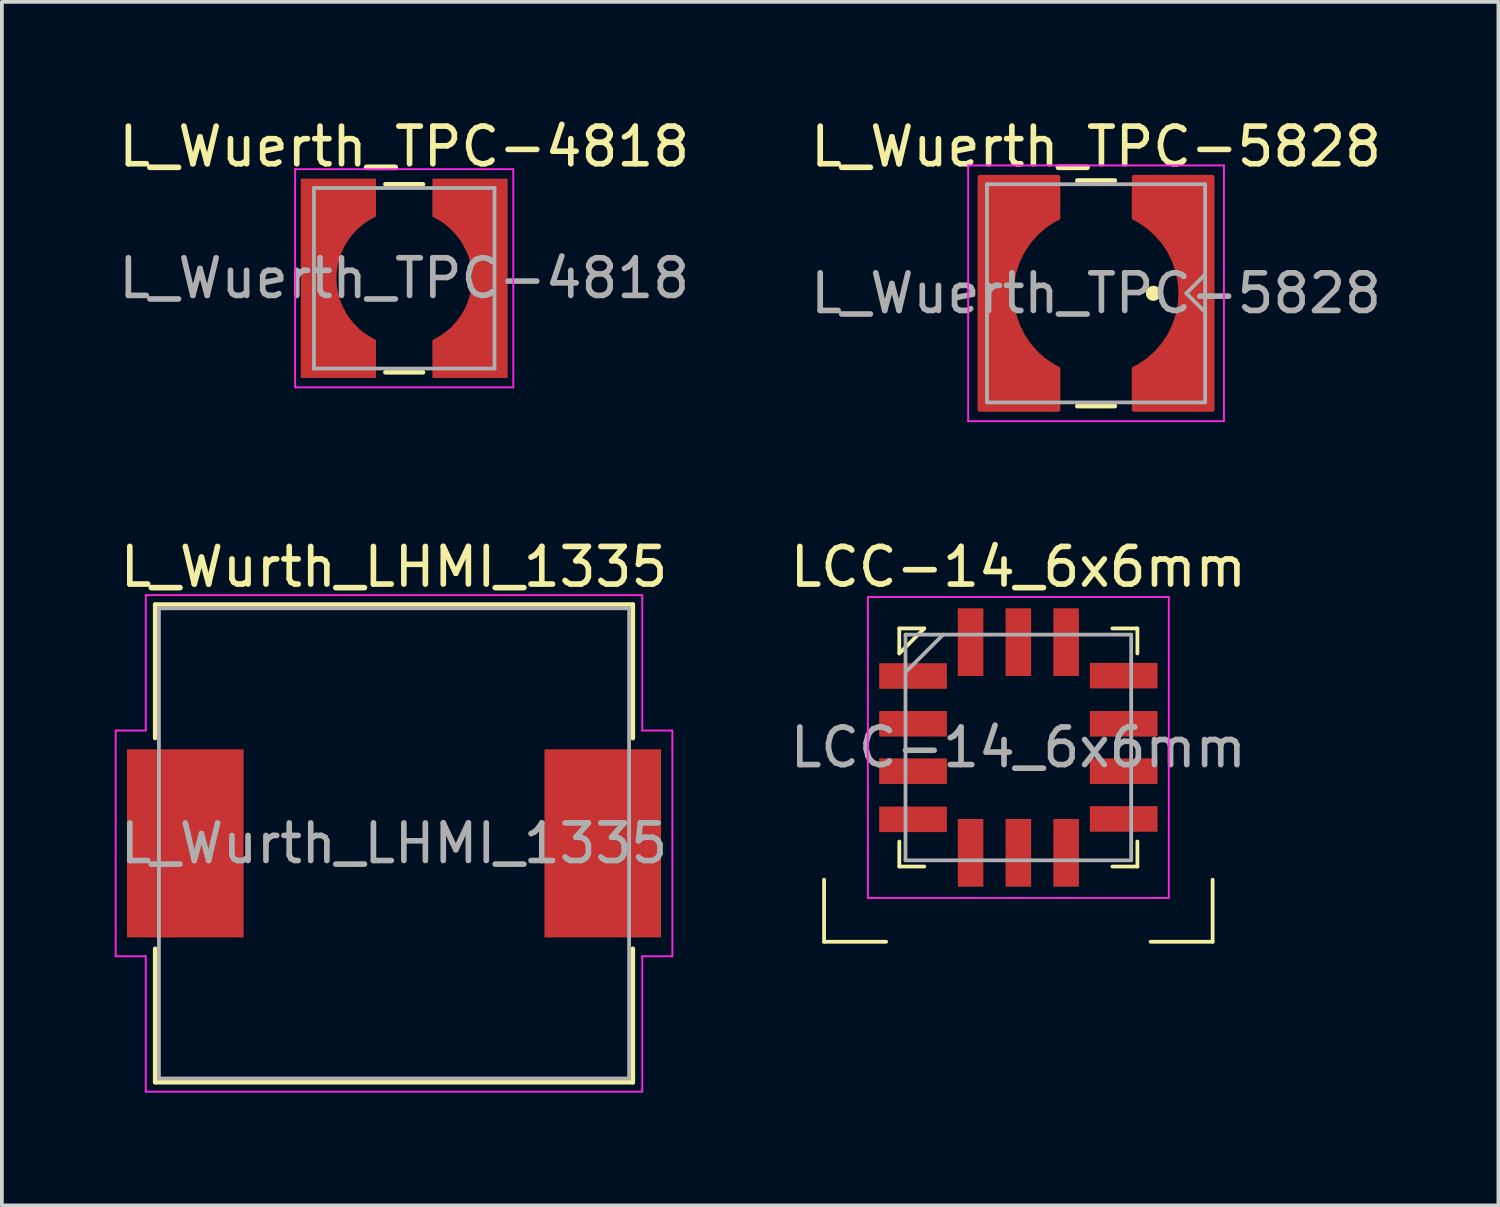
<source format=kicad_pcb>
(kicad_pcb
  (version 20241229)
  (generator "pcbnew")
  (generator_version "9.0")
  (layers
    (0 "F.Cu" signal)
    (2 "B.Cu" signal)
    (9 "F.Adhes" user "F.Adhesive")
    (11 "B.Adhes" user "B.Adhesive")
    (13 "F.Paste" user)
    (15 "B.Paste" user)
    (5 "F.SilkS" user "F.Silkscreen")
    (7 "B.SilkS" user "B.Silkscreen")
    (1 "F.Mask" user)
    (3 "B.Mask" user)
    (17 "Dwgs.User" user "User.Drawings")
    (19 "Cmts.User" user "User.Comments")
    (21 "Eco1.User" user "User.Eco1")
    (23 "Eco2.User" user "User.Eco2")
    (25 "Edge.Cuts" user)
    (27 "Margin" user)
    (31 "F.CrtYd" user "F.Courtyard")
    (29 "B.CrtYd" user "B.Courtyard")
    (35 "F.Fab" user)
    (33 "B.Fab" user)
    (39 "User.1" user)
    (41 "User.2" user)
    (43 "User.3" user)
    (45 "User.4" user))
  (footprint "L_Wuerth_TPC-5828"
    (layer "F.Cu")
    (at 26.089 4.748)
    (property "Reference" "L_Wuerth_TPC-5828" (at 0 -3.9 0) (layer "F.SilkS") (effects (font (size 1 1) (thickness 0.15))))
    (attr smd)
    (fp_line (start -0.5 3) (end 0.5 3) (stroke (width 0.12) (type solid)) (layer "F.SilkS"))
    (fp_line (start 0.5 -3) (end -0.5 -3) (stroke (width 0.12) (type solid)) (layer "F.SilkS"))
    (fp_circle (center 1.524 0) (end 1.624 0) (stroke (width 0.2) (type solid)) (fill yes) (layer "F.SilkS"))
    (fp_line (start -3.4 3.4) (end -3.4 -3.4) (stroke (width 0.05) (type solid)) (layer "F.CrtYd"))
    (fp_line (start -3.4 3.4) (end 3.4 3.4) (stroke (width 0.05) (type solid)) (layer "F.CrtYd"))
    (fp_line (start 3.4 -3.4) (end -3.4 -3.4) (stroke (width 0.05) (type solid)) (layer "F.CrtYd"))
    (fp_line (start 3.4 -3.4) (end 3.4 3.4) (stroke (width 0.05) (type solid)) (layer "F.CrtYd"))
    (fp_line (start -2.9 -2.9) (end 2.9 -2.9) (stroke (width 0.1) (type solid)) (layer "F.Fab"))
    (fp_line (start -2.9 2.9) (end -2.9 -2.9) (stroke (width 0.1) (type solid)) (layer "F.Fab"))
    (fp_line (start -2.9 2.9) (end 2.9 2.9) (stroke (width 0.1) (type solid)) (layer "F.Fab"))
    (fp_line (start 2.4 0) (end 2.9 0.5) (stroke (width 0.1) (type solid)) (layer "F.Fab"))
    (fp_line (start 2.9 -0.5) (end 2.4 0) (stroke (width 0.1) (type solid)) (layer "F.Fab"))
    (fp_line (start 2.9 2.9) (end 2.9 -2.9) (stroke (width 0.1) (type solid)) (layer "F.Fab"))
    (fp_text user "${REFERENCE}" (at 0 0 0) (layer "F.Fab") (effects (font (size 1 1) (thickness 0.15))))
    (pad "1" smd custom (at 2.8 0) (size 0.5 0.5) (layers "F.Cu" "F.Mask" "F.Paste") (options (anchor circle)) (primitives (gr_poly (pts (xy 0.3 3.1) (xy -1.8 3.1) (xy -1.8 2) (xy -1.3 1.65) (xy -0.95 1.25) (xy -0.6 0.5) (xy -0.564 0) (xy -0.6 -0.55) (xy -0.85 -1.1) (xy -1.35 -1.7) (xy -1.8 -2) (xy -1.8 -3.1) (xy 0.3 -3.1)) (width 0) (fill yes)) (gr_line (start -1.8 -2) (end -1.8 -3.1) (width 0.1)) (gr_line (start 0.3 -3.1) (end -1.8 -3.1) (width 0.1)) (gr_line (start 0.3 -3.1) (end 0.3 3.1) (width 0.1)) (gr_line (start -1.8 3.1) (end 0.3 3.1) (width 0.1)) (gr_line (start -1.8 3.1) (end -1.8 2) (width 0.1)) (gr_arc (start -1.8 -1.999999) (mid -0.563933 0) (end -1.8 1.999999) (width 0.1))))
    (pad "2" smd custom (at -2.8 0 180) (size 0.5 0.5) (layers "F.Cu" "F.Mask" "F.Paste") (options (anchor circle)) (primitives (gr_poly (pts (xy 0.3 3.1) (xy -1.8 3.1) (xy -1.8 2) (xy -1.3 1.65) (xy -0.95 1.25) (xy -0.6 0.5) (xy -0.564 0) (xy -0.6 -0.55) (xy -0.85 -1.1) (xy -1.35 -1.7) (xy -1.8 -2) (xy -1.8 -3.1) (xy 0.3 -3.1)) (width 0) (fill yes)) (gr_line (start -1.8 -2) (end -1.8 -3.1) (width 0.1)) (gr_line (start 0.3 -3.1) (end -1.8 -3.1) (width 0.1)) (gr_line (start 0.3 -3.1) (end 0.3 3.1) (width 0.1)) (gr_line (start -1.8 3.1) (end 0.3 3.1) (width 0.1)) (gr_line (start -1.8 3.1) (end -1.8 2) (width 0.1)) (gr_arc (start -1.8 -1.999999) (mid -0.563933 0) (end -1.8 1.999999) (width 0.1)))))
  (footprint "LCC-14_6x6mm"
    (layer "F.Cu")
    (at 24.023 16.822)
    (property "Reference" "LCC-14_6x6mm" (at 0 -4.8 0) (layer "F.SilkS") (effects (font (size 1 1) (thickness 0.15))))
    (attr smd)
    (fp_line (start -5.165 5.165) (end -5.165 3.515) (stroke (width 0.1) (type solid)) (layer "F.SilkS"))
    (fp_line (start -3.515 5.165) (end -5.165 5.165) (stroke (width 0.1) (type solid)) (layer "F.SilkS"))
    (fp_line (start -3.165 -3.165) (end -3.165 -2.5) (stroke (width 0.1) (type solid)) (layer "F.SilkS"))
    (fp_line (start -3.165 -3.165) (end -2.5 -3.165) (stroke (width 0.1) (type solid)) (layer "F.SilkS"))
    (fp_line (start -3.165 3.165) (end -3.165 2.5) (stroke (width 0.1) (type solid)) (layer "F.SilkS"))
    (fp_line (start -3.165 3.165) (end -2.5 3.165) (stroke (width 0.1) (type solid)) (layer "F.SilkS"))
    (fp_line (start -2.5 -3.165) (end -3.165 -2.5) (stroke (width 0.1) (type solid)) (layer "F.SilkS"))
    (fp_line (start 3.165 -3.165) (end 2.5 -3.165) (stroke (width 0.1) (type solid)) (layer "F.SilkS"))
    (fp_line (start 3.165 -3.165) (end 3.165 -2.5) (stroke (width 0.1) (type solid)) (layer "F.SilkS"))
    (fp_line (start 3.165 3.165) (end 2.5 3.165) (stroke (width 0.1) (type solid)) (layer "F.SilkS"))
    (fp_line (start 3.165 3.165) (end 3.165 2.5) (stroke (width 0.1) (type solid)) (layer "F.SilkS"))
    (fp_line (start 3.515 5.165) (end 5.165 5.165) (stroke (width 0.1) (type solid)) (layer "F.SilkS"))
    (fp_line (start 5.165 5.165) (end 5.165 3.515) (stroke (width 0.1) (type solid)) (layer "F.SilkS"))
    (fp_line (start -4 -4) (end -4 4) (stroke (width 0.05) (type solid)) (layer "F.CrtYd"))
    (fp_line (start -4 4) (end 4 4) (stroke (width 0.05) (type solid)) (layer "F.CrtYd"))
    (fp_line (start 4 -4) (end -4 -4) (stroke (width 0.05) (type solid)) (layer "F.CrtYd"))
    (fp_line (start 4 4) (end 4 -4) (stroke (width 0.05) (type solid)) (layer "F.CrtYd"))
    (fp_line (start -3 -3) (end 3 -3) (stroke (width 0.1) (type solid)) (layer "F.Fab"))
    (fp_line (start -3 3) (end -3 -3) (stroke (width 0.1) (type solid)) (layer "F.Fab"))
    (fp_line (start -2 -3) (end -3 -2) (stroke (width 0.1) (type solid)) (layer "F.Fab"))
    (fp_line (start 3 3) (end -3 3) (stroke (width 0.1) (type solid)) (layer "F.Fab"))
    (fp_line (start 3 3) (end 3 -3) (stroke (width 0.1) (type solid)) (layer "F.Fab"))
    (fp_text user "${REFERENCE}" (at 0 0 0) (layer "F.Fab") (effects (font (size 1 1) (thickness 0.15))))
    (pad "1" smd rect (at -2.8 -1.9 270) (size 0.68 1.8) (layers "F.Cu" "F.Mask" "F.Paste"))
    (pad "2" smd rect (at -2.8 -0.63 270) (size 0.68 1.8) (layers "F.Cu" "F.Mask" "F.Paste"))
    (pad "3" smd rect (at -2.8 0.63 270) (size 0.68 1.8) (layers "F.Cu" "F.Mask" "F.Paste"))
    (pad "4" smd rect (at -2.8 1.91 270) (size 0.68 1.8) (layers "F.Cu" "F.Mask" "F.Paste"))
    (pad "5" smd rect (at -1.27 2.8) (size 0.68 1.8) (layers "F.Cu" "F.Mask" "F.Paste"))
    (pad "6" smd rect (at 0 2.8) (size 0.68 1.8) (layers "F.Cu" "F.Mask" "F.Paste"))
    (pad "7" smd rect (at 1.27 2.8) (size 0.68 1.8) (layers "F.Cu" "F.Mask" "F.Paste"))
    (pad "8" smd rect (at 2.8 1.9 90) (size 0.68 1.8) (layers "F.Cu" "F.Mask" "F.Paste"))
    (pad "9" smd rect (at 2.8 0.63 90) (size 0.68 1.8) (layers "F.Cu" "F.Mask" "F.Paste"))
    (pad "10" smd rect (at 2.8 -0.63 90) (size 0.68 1.8) (layers "F.Cu" "F.Mask" "F.Paste"))
    (pad "11" smd rect (at 2.8 -1.91 90) (size 0.68 1.8) (layers "F.Cu" "F.Mask" "F.Paste"))
    (pad "12" smd rect (at 1.27 -2.8 180) (size 0.68 1.8) (layers "F.Cu" "F.Mask" "F.Paste"))
    (pad "13" smd rect (at 0 -2.8 180) (size 0.68 1.8) (layers "F.Cu" "F.Mask" "F.Paste"))
    (pad "14" smd rect (at -1.27 -2.8 180) (size 0.68 1.8) (layers "F.Cu" "F.Mask" "F.Paste")))
  (footprint "L_Wurth_LHMI_1335"
    (layer "F.Cu")
    (at 7.425 19.372)
    (property "Reference" "L_Wurth_LHMI_1335" (at 0 -7.35 0) (layer "F.SilkS") (effects (font (size 1 1) (thickness 0.15))))
    (attr smd)
    (fp_line (start -6.35 -6.35) (end -6.35 -2.8) (stroke (width 0.12) (type solid)) (layer "F.SilkS"))
    (fp_line (start -6.35 -6.35) (end 6.35 -6.35) (stroke (width 0.12) (type solid)) (layer "F.SilkS"))
    (fp_line (start -6.35 2.8) (end -6.35 6.35) (stroke (width 0.12) (type solid)) (layer "F.SilkS"))
    (fp_line (start 6.35 -6.35) (end 6.35 -2.8) (stroke (width 0.12) (type solid)) (layer "F.SilkS"))
    (fp_line (start 6.35 2.8) (end 6.35 6.35) (stroke (width 0.12) (type solid)) (layer "F.SilkS"))
    (fp_line (start 6.35 6.35) (end -6.35 6.35) (stroke (width 0.12) (type solid)) (layer "F.SilkS"))
    (fp_line (start -7.4 -3) (end -7.4 3) (stroke (width 0.05) (type solid)) (layer "F.CrtYd"))
    (fp_line (start -7.4 -3) (end -6.6 -3) (stroke (width 0.05) (type solid)) (layer "F.CrtYd"))
    (fp_line (start -7.4 3) (end -6.6 3) (stroke (width 0.05) (type solid)) (layer "F.CrtYd"))
    (fp_line (start -6.6 -3) (end -6.6 -6.6) (stroke (width 0.05) (type solid)) (layer "F.CrtYd"))
    (fp_line (start -6.6 6.6) (end -6.6 3) (stroke (width 0.05) (type solid)) (layer "F.CrtYd"))
    (fp_line (start -6.6 6.6) (end 6.6 6.6) (stroke (width 0.05) (type solid)) (layer "F.CrtYd"))
    (fp_line (start 6.6 -6.6) (end -6.6 -6.6) (stroke (width 0.05) (type solid)) (layer "F.CrtYd"))
    (fp_line (start 6.6 -6.6) (end 6.6 -3) (stroke (width 0.05) (type solid)) (layer "F.CrtYd"))
    (fp_line (start 6.6 -3) (end 7.4 -3) (stroke (width 0.05) (type solid)) (layer "F.CrtYd"))
    (fp_line (start 6.6 3) (end 6.6 6.6) (stroke (width 0.05) (type solid)) (layer "F.CrtYd"))
    (fp_line (start 6.6 3) (end 7.4 3) (stroke (width 0.05) (type solid)) (layer "F.CrtYd"))
    (fp_line (start 7.4 3) (end 7.4 -3) (stroke (width 0.05) (type solid)) (layer "F.CrtYd"))
    (fp_line (start -6.25 -6.25) (end -6.25 6.25) (stroke (width 0.1) (type solid)) (layer "F.Fab"))
    (fp_line (start -6.25 6.25) (end 6.25 6.25) (stroke (width 0.1) (type solid)) (layer "F.Fab"))
    (fp_line (start 6.25 -6.25) (end -6.25 -6.25) (stroke (width 0.1) (type solid)) (layer "F.Fab"))
    (fp_line (start 6.25 6.25) (end 6.25 -6.25) (stroke (width 0.1) (type solid)) (layer "F.Fab"))
    (fp_text user "${REFERENCE}" (at 0 0 0) (layer "F.Fab") (effects (font (size 1 1) (thickness 0.15))))
    (pad "1" smd rect (at -5.55 0) (size 3.1 5) (layers "F.Cu" "F.Mask" "F.Paste"))
    (pad "2" smd rect (at 5.55 0 180) (size 3.1 5) (layers "F.Cu" "F.Mask" "F.Paste")))
  (footprint "L_Wuerth_TPC-4818"
    (layer "F.Cu")
    (at 7.696 4.348)
    (property "Reference" "L_Wuerth_TPC-4818" (at 0 -3.5 0) (layer "F.SilkS") (effects (font (size 1 1) (thickness 0.15))))
    (attr smd)
    (fp_line (start -0.5 2.5) (end 0.5 2.5) (stroke (width 0.12) (type solid)) (layer "F.SilkS"))
    (fp_line (start 0.5 -2.5) (end -0.5 -2.5) (stroke (width 0.12) (type solid)) (layer "F.SilkS"))
    (fp_line (start -2.9 -2.9) (end -2.9 2.9) (stroke (width 0.05) (type solid)) (layer "F.CrtYd"))
    (fp_line (start -2.9 2.9) (end 2.9 2.9) (stroke (width 0.05) (type solid)) (layer "F.CrtYd"))
    (fp_line (start 2.9 -2.9) (end -2.9 -2.9) (stroke (width 0.05) (type solid)) (layer "F.CrtYd"))
    (fp_line (start 2.9 2.9) (end 2.9 -2.9) (stroke (width 0.05) (type solid)) (layer "F.CrtYd"))
    (fp_line (start -2.4 -2.4) (end -2.4 2.4) (stroke (width 0.1) (type solid)) (layer "F.Fab"))
    (fp_line (start -2.4 2.4) (end 2.4 2.4) (stroke (width 0.1) (type solid)) (layer "F.Fab"))
    (fp_line (start 2.4 -2.4) (end -2.4 -2.4) (stroke (width 0.1) (type solid)) (layer "F.Fab"))
    (fp_line (start 2.4 2.4) (end 2.4 -2.4) (stroke (width 0.1) (type solid)) (layer "F.Fab"))
    (fp_text user "${REFERENCE}" (at 0 0 0) (layer "F.Fab") (effects (font (size 1 1) (thickness 0.15))))
    (pad "1" smd custom (at 2.35 0 90) (size 5.3 0.8) (layers "F.Cu" "F.Mask" "F.Paste") (options (anchor rect)) (primitives (gr_poly (pts (xy 2.65 -1.6) (xy 2.65 -0.2) (xy -2.65 -0.35) (xy -2.65 -1.6) (xy -1.64 -1.6) (xy -1.6 -1.52) (xy -1.52 -1.38) (xy -1.45 -1.28) (xy -1.37 -1.18) (xy -1.3 -1.1) (xy -1.19 -1) (xy -1.08 -0.91) (xy -0.95 -0.82) (xy -0.81 -0.74) (xy -0.65 -0.67) (xy -0.5 -0.62) (xy -0.38 -0.59) (xy -0.27 -0.57) (xy -0.2 -0.56) (xy -0.08 -0.55) (xy 0.1 -0.55) (xy 0.22 -0.56) (xy 0.42 -0.6) (xy 0.58 -0.64) (xy 0.76 -0.72) (xy 0.95 -0.82) (xy 1.09 -0.92) (xy 1.2 -1.01) (xy 1.35 -1.16) (xy 1.47 -1.31) (xy 1.55 -1.44) (xy 1.64 -1.6)) (width 0) (fill yes))))
    (pad "2" smd custom (at -2.35 0 270) (size 5.3 0.8) (layers "F.Cu" "F.Mask" "F.Paste") (options (anchor rect)) (primitives (gr_poly (pts (xy 2.65 -1.6) (xy 2.65 -0.2) (xy -2.65 -0.35) (xy -2.65 -1.6) (xy -1.64 -1.6) (xy -1.6 -1.52) (xy -1.52 -1.38) (xy -1.45 -1.28) (xy -1.37 -1.18) (xy -1.3 -1.1) (xy -1.19 -1) (xy -1.08 -0.91) (xy -0.95 -0.82) (xy -0.81 -0.74) (xy -0.65 -0.67) (xy -0.5 -0.62) (xy -0.38 -0.59) (xy -0.27 -0.57) (xy -0.2 -0.56) (xy -0.08 -0.55) (xy 0.1 -0.55) (xy 0.22 -0.56) (xy 0.42 -0.6) (xy 0.58 -0.64) (xy 0.76 -0.72) (xy 0.95 -0.82) (xy 1.09 -0.92) (xy 1.2 -1.01) (xy 1.35 -1.16) (xy 1.47 -1.31) (xy 1.55 -1.44) (xy 1.64 -1.6)) (width 0) (fill yes)))))
  (gr_rect
    (start -3 -3)
    (end 36.786 28.997)
    (stroke (width 0.1) (type default))
    (fill no)
    (layer "Edge.Cuts")))
</source>
